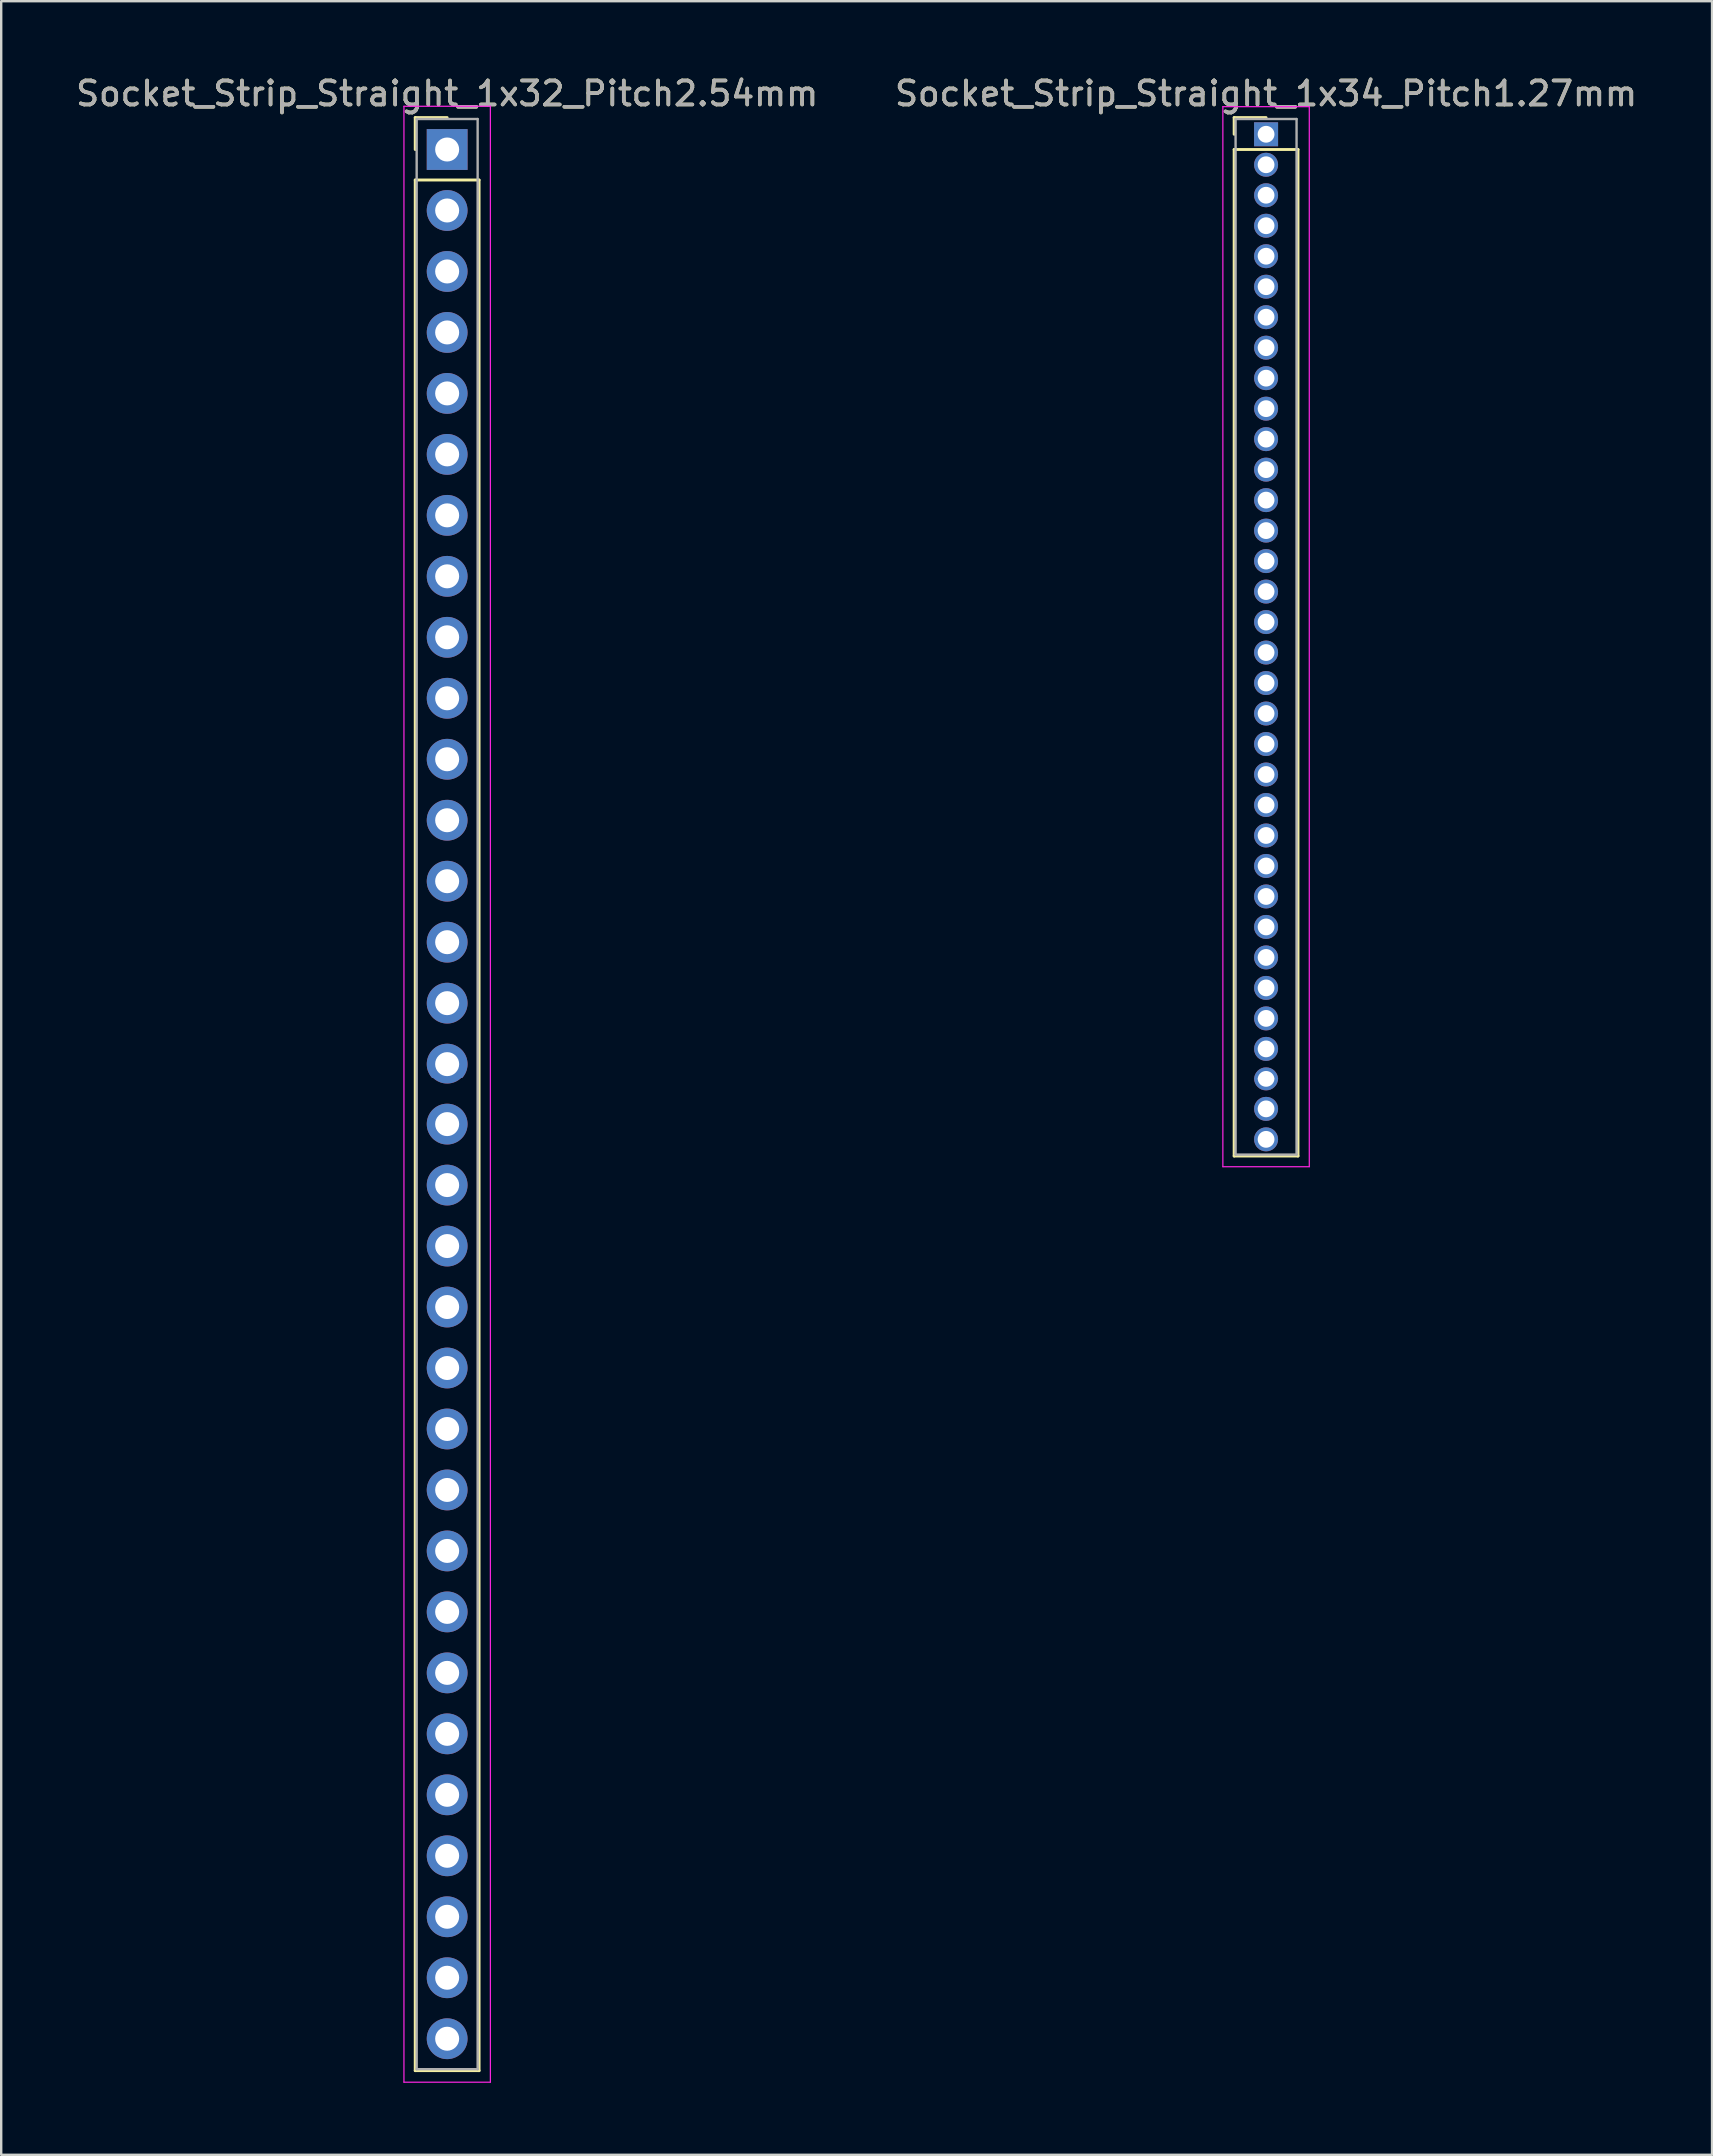
<source format=kicad_pcb>
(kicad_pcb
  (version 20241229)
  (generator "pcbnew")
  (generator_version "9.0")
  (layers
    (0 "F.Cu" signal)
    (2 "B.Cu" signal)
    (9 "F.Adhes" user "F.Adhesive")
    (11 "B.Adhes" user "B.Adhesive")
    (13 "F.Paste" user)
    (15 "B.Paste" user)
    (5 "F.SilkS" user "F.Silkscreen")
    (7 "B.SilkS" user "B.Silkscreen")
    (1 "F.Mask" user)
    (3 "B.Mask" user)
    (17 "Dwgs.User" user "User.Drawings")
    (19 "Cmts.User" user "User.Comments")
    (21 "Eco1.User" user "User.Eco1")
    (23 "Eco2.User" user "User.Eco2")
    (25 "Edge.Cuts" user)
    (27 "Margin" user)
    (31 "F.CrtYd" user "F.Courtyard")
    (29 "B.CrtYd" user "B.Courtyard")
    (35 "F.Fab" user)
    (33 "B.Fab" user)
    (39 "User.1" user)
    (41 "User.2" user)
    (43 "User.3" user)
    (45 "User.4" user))
  (footprint "Socket_Strip_Straight_1x32_Pitch2.54mm"
    (layer "F.Cu")
    (at 15.577 3.178)
    (property "Reference" "Socket_Strip_Straight_1x32_Pitch2.54mm" (at 0 -2.33 0) (layer "F.SilkS") (effects (font (size 1 1) (thickness 0.15))))
    (attr through_hole)
    (fp_line (start -1.33 -1.33) (end 0 -1.33) (stroke (width 0.12) (type solid)) (layer "F.SilkS"))
    (fp_line (start -1.33 0) (end -1.33 -1.33) (stroke (width 0.12) (type solid)) (layer "F.SilkS"))
    (fp_line (start -1.33 1.27) (end -1.33 80.07) (stroke (width 0.12) (type solid)) (layer "F.SilkS"))
    (fp_line (start -1.33 80.07) (end 1.33 80.07) (stroke (width 0.12) (type solid)) (layer "F.SilkS"))
    (fp_line (start 1.33 1.27) (end -1.33 1.27) (stroke (width 0.12) (type solid)) (layer "F.SilkS"))
    (fp_line (start 1.33 80.07) (end 1.33 1.27) (stroke (width 0.12) (type solid)) (layer "F.SilkS"))
    (fp_line (start -1.8 -1.8) (end -1.8 80.55) (stroke (width 0.05) (type solid)) (layer "F.CrtYd"))
    (fp_line (start -1.8 80.55) (end 1.8 80.55) (stroke (width 0.05) (type solid)) (layer "F.CrtYd"))
    (fp_line (start 1.8 -1.8) (end -1.8 -1.8) (stroke (width 0.05) (type solid)) (layer "F.CrtYd"))
    (fp_line (start 1.8 80.55) (end 1.8 -1.8) (stroke (width 0.05) (type solid)) (layer "F.CrtYd"))
    (fp_line (start -1.27 -1.27) (end -1.27 80.01) (stroke (width 0.1) (type solid)) (layer "F.Fab"))
    (fp_line (start -1.27 80.01) (end 1.27 80.01) (stroke (width 0.1) (type solid)) (layer "F.Fab"))
    (fp_line (start 1.27 -1.27) (end -1.27 -1.27) (stroke (width 0.1) (type solid)) (layer "F.Fab"))
    (fp_line (start 1.27 80.01) (end 1.27 -1.27) (stroke (width 0.1) (type solid)) (layer "F.Fab"))
    (fp_text user "${REFERENCE}" (at 0 -2.33 0) (layer "F.Fab") (effects (font (size 1 1) (thickness 0.15))))
    (pad "1" thru_hole rect (at 0 0) (size 1.7 1.7) (drill 1) (layers "*.Cu" "*.Mask"))
    (pad "2" thru_hole oval (at 0 2.54) (size 1.7 1.7) (drill 1) (layers "*.Cu" "*.Mask"))
    (pad "3" thru_hole oval (at 0 5.08) (size 1.7 1.7) (drill 1) (layers "*.Cu" "*.Mask"))
    (pad "4" thru_hole oval (at 0 7.62) (size 1.7 1.7) (drill 1) (layers "*.Cu" "*.Mask"))
    (pad "5" thru_hole oval (at 0 10.16) (size 1.7 1.7) (drill 1) (layers "*.Cu" "*.Mask"))
    (pad "6" thru_hole oval (at 0 12.7) (size 1.7 1.7) (drill 1) (layers "*.Cu" "*.Mask"))
    (pad "7" thru_hole oval (at 0 15.24) (size 1.7 1.7) (drill 1) (layers "*.Cu" "*.Mask"))
    (pad "8" thru_hole oval (at 0 17.78) (size 1.7 1.7) (drill 1) (layers "*.Cu" "*.Mask"))
    (pad "9" thru_hole oval (at 0 20.32) (size 1.7 1.7) (drill 1) (layers "*.Cu" "*.Mask"))
    (pad "10" thru_hole oval (at 0 22.86) (size 1.7 1.7) (drill 1) (layers "*.Cu" "*.Mask"))
    (pad "11" thru_hole oval (at 0 25.4) (size 1.7 1.7) (drill 1) (layers "*.Cu" "*.Mask"))
    (pad "12" thru_hole oval (at 0 27.94) (size 1.7 1.7) (drill 1) (layers "*.Cu" "*.Mask"))
    (pad "13" thru_hole oval (at 0 30.48) (size 1.7 1.7) (drill 1) (layers "*.Cu" "*.Mask"))
    (pad "14" thru_hole oval (at 0 33.02) (size 1.7 1.7) (drill 1) (layers "*.Cu" "*.Mask"))
    (pad "15" thru_hole oval (at 0 35.56) (size 1.7 1.7) (drill 1) (layers "*.Cu" "*.Mask"))
    (pad "16" thru_hole oval (at 0 38.1) (size 1.7 1.7) (drill 1) (layers "*.Cu" "*.Mask"))
    (pad "17" thru_hole oval (at 0 40.64) (size 1.7 1.7) (drill 1) (layers "*.Cu" "*.Mask"))
    (pad "18" thru_hole oval (at 0 43.18) (size 1.7 1.7) (drill 1) (layers "*.Cu" "*.Mask"))
    (pad "19" thru_hole oval (at 0 45.72) (size 1.7 1.7) (drill 1) (layers "*.Cu" "*.Mask"))
    (pad "20" thru_hole oval (at 0 48.26) (size 1.7 1.7) (drill 1) (layers "*.Cu" "*.Mask"))
    (pad "21" thru_hole oval (at 0 50.8) (size 1.7 1.7) (drill 1) (layers "*.Cu" "*.Mask"))
    (pad "22" thru_hole oval (at 0 53.34) (size 1.7 1.7) (drill 1) (layers "*.Cu" "*.Mask"))
    (pad "23" thru_hole oval (at 0 55.88) (size 1.7 1.7) (drill 1) (layers "*.Cu" "*.Mask"))
    (pad "24" thru_hole oval (at 0 58.42) (size 1.7 1.7) (drill 1) (layers "*.Cu" "*.Mask"))
    (pad "25" thru_hole oval (at 0 60.96) (size 1.7 1.7) (drill 1) (layers "*.Cu" "*.Mask"))
    (pad "26" thru_hole oval (at 0 63.5) (size 1.7 1.7) (drill 1) (layers "*.Cu" "*.Mask"))
    (pad "27" thru_hole oval (at 0 66.04) (size 1.7 1.7) (drill 1) (layers "*.Cu" "*.Mask"))
    (pad "28" thru_hole oval (at 0 68.58) (size 1.7 1.7) (drill 1) (layers "*.Cu" "*.Mask"))
    (pad "29" thru_hole oval (at 0 71.12) (size 1.7 1.7) (drill 1) (layers "*.Cu" "*.Mask"))
    (pad "30" thru_hole oval (at 0 73.66) (size 1.7 1.7) (drill 1) (layers "*.Cu" "*.Mask"))
    (pad "31" thru_hole oval (at 0 76.2) (size 1.7 1.7) (drill 1) (layers "*.Cu" "*.Mask"))
    (pad "32" thru_hole oval (at 0 78.74) (size 1.7 1.7) (drill 1) (layers "*.Cu" "*.Mask")))
  (footprint "Socket_Strip_Straight_1x34_Pitch1.27mm"
    (layer "F.Cu")
    (at 49.732 2.543)
    (property "Reference" "Socket_Strip_Straight_1x34_Pitch1.27mm" (at 0 -1.695 0) (layer "F.SilkS") (effects (font (size 1 1) (thickness 0.15))))
    (attr through_hole)
    (fp_line (start -1.33 -0.695) (end 0 -0.695) (stroke (width 0.12) (type solid)) (layer "F.SilkS"))
    (fp_line (start -1.33 0) (end -1.33 -0.695) (stroke (width 0.12) (type solid)) (layer "F.SilkS"))
    (fp_line (start -1.33 0.635) (end -1.33 42.605) (stroke (width 0.12) (type solid)) (layer "F.SilkS"))
    (fp_line (start -1.33 42.605) (end 1.33 42.605) (stroke (width 0.12) (type solid)) (layer "F.SilkS"))
    (fp_line (start 1.33 0.635) (end -1.33 0.635) (stroke (width 0.12) (type solid)) (layer "F.SilkS"))
    (fp_line (start 1.33 42.605) (end 1.33 0.635) (stroke (width 0.12) (type solid)) (layer "F.SilkS"))
    (fp_line (start -1.8 -1.15) (end -1.8 43.05) (stroke (width 0.05) (type solid)) (layer "F.CrtYd"))
    (fp_line (start -1.8 43.05) (end 1.8 43.05) (stroke (width 0.05) (type solid)) (layer "F.CrtYd"))
    (fp_line (start 1.8 -1.15) (end -1.8 -1.15) (stroke (width 0.05) (type solid)) (layer "F.CrtYd"))
    (fp_line (start 1.8 43.05) (end 1.8 -1.15) (stroke (width 0.05) (type solid)) (layer "F.CrtYd"))
    (fp_line (start -1.27 -0.635) (end -1.27 42.545) (stroke (width 0.1) (type solid)) (layer "F.Fab"))
    (fp_line (start -1.27 42.545) (end 1.27 42.545) (stroke (width 0.1) (type solid)) (layer "F.Fab"))
    (fp_line (start 1.27 -0.635) (end -1.27 -0.635) (stroke (width 0.1) (type solid)) (layer "F.Fab"))
    (fp_line (start 1.27 42.545) (end 1.27 -0.635) (stroke (width 0.1) (type solid)) (layer "F.Fab"))
    (fp_text user "${REFERENCE}" (at 0 -1.695 0) (layer "F.Fab") (effects (font (size 1 1) (thickness 0.15))))
    (pad "1" thru_hole rect (at 0 0) (size 1 1) (drill 0.7) (layers "*.Cu" "*.Mask"))
    (pad "2" thru_hole oval (at 0 1.27) (size 1 1) (drill 0.7) (layers "*.Cu" "*.Mask"))
    (pad "3" thru_hole oval (at 0 2.54) (size 1 1) (drill 0.7) (layers "*.Cu" "*.Mask"))
    (pad "4" thru_hole oval (at 0 3.81) (size 1 1) (drill 0.7) (layers "*.Cu" "*.Mask"))
    (pad "5" thru_hole oval (at 0 5.08) (size 1 1) (drill 0.7) (layers "*.Cu" "*.Mask"))
    (pad "6" thru_hole oval (at 0 6.35) (size 1 1) (drill 0.7) (layers "*.Cu" "*.Mask"))
    (pad "7" thru_hole oval (at 0 7.62) (size 1 1) (drill 0.7) (layers "*.Cu" "*.Mask"))
    (pad "8" thru_hole oval (at 0 8.89) (size 1 1) (drill 0.7) (layers "*.Cu" "*.Mask"))
    (pad "9" thru_hole oval (at 0 10.16) (size 1 1) (drill 0.7) (layers "*.Cu" "*.Mask"))
    (pad "10" thru_hole oval (at 0 11.43) (size 1 1) (drill 0.7) (layers "*.Cu" "*.Mask"))
    (pad "11" thru_hole oval (at 0 12.7) (size 1 1) (drill 0.7) (layers "*.Cu" "*.Mask"))
    (pad "12" thru_hole oval (at 0 13.97) (size 1 1) (drill 0.7) (layers "*.Cu" "*.Mask"))
    (pad "13" thru_hole oval (at 0 15.24) (size 1 1) (drill 0.7) (layers "*.Cu" "*.Mask"))
    (pad "14" thru_hole oval (at 0 16.51) (size 1 1) (drill 0.7) (layers "*.Cu" "*.Mask"))
    (pad "15" thru_hole oval (at 0 17.78) (size 1 1) (drill 0.7) (layers "*.Cu" "*.Mask"))
    (pad "16" thru_hole oval (at 0 19.05) (size 1 1) (drill 0.7) (layers "*.Cu" "*.Mask"))
    (pad "17" thru_hole oval (at 0 20.32) (size 1 1) (drill 0.7) (layers "*.Cu" "*.Mask"))
    (pad "18" thru_hole oval (at 0 21.59) (size 1 1) (drill 0.7) (layers "*.Cu" "*.Mask"))
    (pad "19" thru_hole oval (at 0 22.86) (size 1 1) (drill 0.7) (layers "*.Cu" "*.Mask"))
    (pad "20" thru_hole oval (at 0 24.13) (size 1 1) (drill 0.7) (layers "*.Cu" "*.Mask"))
    (pad "21" thru_hole oval (at 0 25.4) (size 1 1) (drill 0.7) (layers "*.Cu" "*.Mask"))
    (pad "22" thru_hole oval (at 0 26.67) (size 1 1) (drill 0.7) (layers "*.Cu" "*.Mask"))
    (pad "23" thru_hole oval (at 0 27.94) (size 1 1) (drill 0.7) (layers "*.Cu" "*.Mask"))
    (pad "24" thru_hole oval (at 0 29.21) (size 1 1) (drill 0.7) (layers "*.Cu" "*.Mask"))
    (pad "25" thru_hole oval (at 0 30.48) (size 1 1) (drill 0.7) (layers "*.Cu" "*.Mask"))
    (pad "26" thru_hole oval (at 0 31.75) (size 1 1) (drill 0.7) (layers "*.Cu" "*.Mask"))
    (pad "27" thru_hole oval (at 0 33.02) (size 1 1) (drill 0.7) (layers "*.Cu" "*.Mask"))
    (pad "28" thru_hole oval (at 0 34.29) (size 1 1) (drill 0.7) (layers "*.Cu" "*.Mask"))
    (pad "29" thru_hole oval (at 0 35.56) (size 1 1) (drill 0.7) (layers "*.Cu" "*.Mask"))
    (pad "30" thru_hole oval (at 0 36.83) (size 1 1) (drill 0.7) (layers "*.Cu" "*.Mask"))
    (pad "31" thru_hole oval (at 0 38.1) (size 1 1) (drill 0.7) (layers "*.Cu" "*.Mask"))
    (pad "32" thru_hole oval (at 0 39.37) (size 1 1) (drill 0.7) (layers "*.Cu" "*.Mask"))
    (pad "33" thru_hole oval (at 0 40.64) (size 1 1) (drill 0.7) (layers "*.Cu" "*.Mask"))
    (pad "34" thru_hole oval (at 0 41.91) (size 1 1) (drill 0.7) (layers "*.Cu" "*.Mask")))
  (gr_rect
    (start -3 -3)
    (end 68.31 86.753)
    (stroke (width 0.1) (type default))
    (fill no)
    (layer "Edge.Cuts")))
</source>
